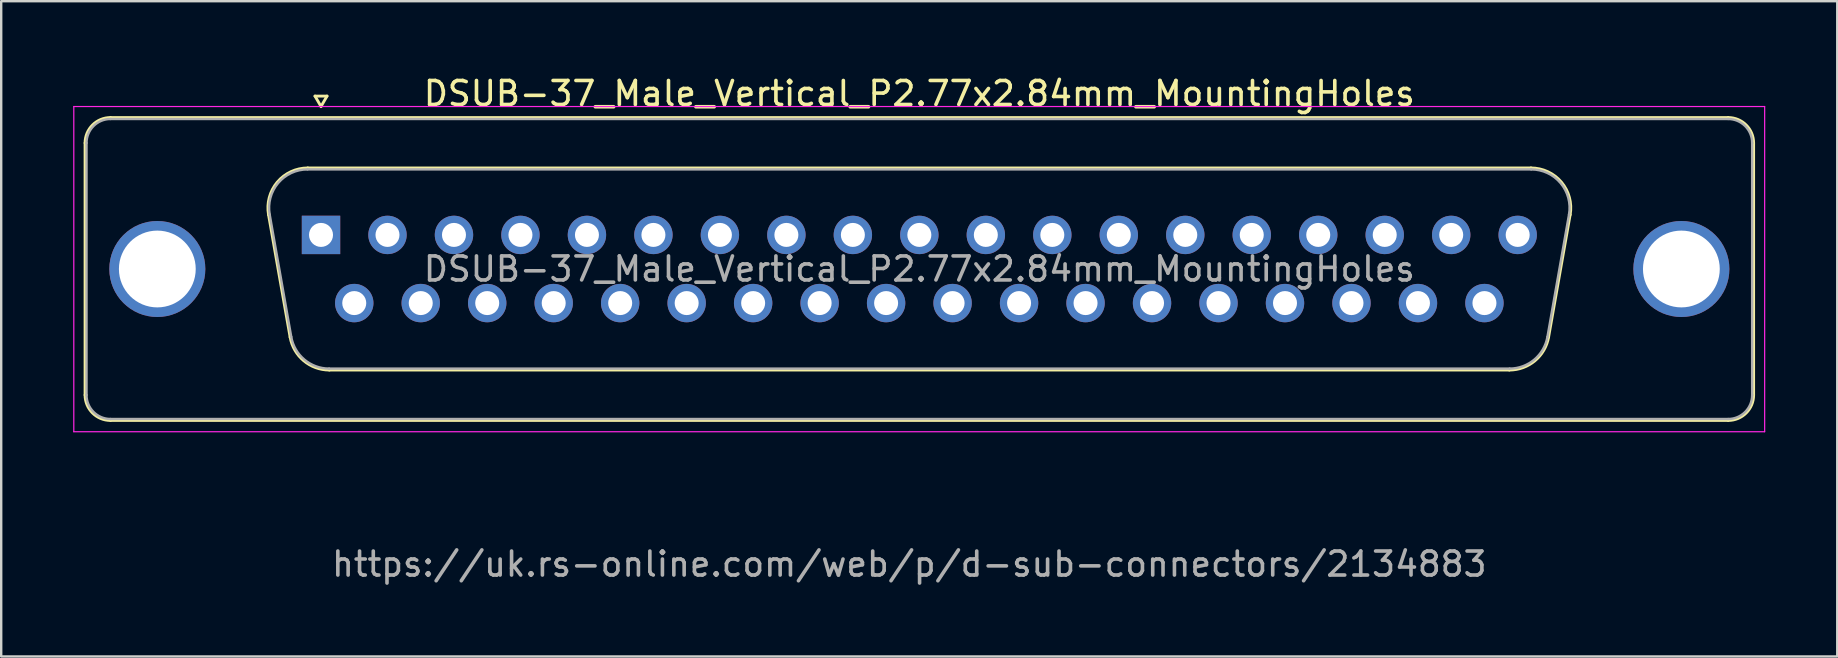
<source format=kicad_pcb>
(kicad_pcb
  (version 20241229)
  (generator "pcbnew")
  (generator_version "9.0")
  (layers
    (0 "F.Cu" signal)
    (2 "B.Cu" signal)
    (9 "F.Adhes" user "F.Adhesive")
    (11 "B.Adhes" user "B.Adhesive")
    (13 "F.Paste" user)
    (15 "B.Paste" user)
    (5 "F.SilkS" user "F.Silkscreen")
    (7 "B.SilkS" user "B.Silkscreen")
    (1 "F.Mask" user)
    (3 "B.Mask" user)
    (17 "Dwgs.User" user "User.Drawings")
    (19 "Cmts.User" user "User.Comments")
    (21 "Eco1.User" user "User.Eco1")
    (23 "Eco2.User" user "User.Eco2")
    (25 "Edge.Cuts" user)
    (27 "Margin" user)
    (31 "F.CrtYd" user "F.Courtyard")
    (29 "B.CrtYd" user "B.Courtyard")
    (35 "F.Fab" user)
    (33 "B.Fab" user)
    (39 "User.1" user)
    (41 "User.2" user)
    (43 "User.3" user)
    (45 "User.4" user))
  (footprint "DSUB-37_Male_Vertical_P2.77x2.84mm_MountingHoles"
    (layer "F.Cu")
    (at 10.325 6.738)
    (property "Reference" "DSUB-37_Male_Vertical_P2.77x2.84mm_MountingHoles" (at 24.93 -5.89 0) (layer "F.SilkS") (effects (font (size 1 1) (thickness 0.15))))
    (attr through_hole)
    (fp_line (start -9.83 6.67) (end -9.83 -3.83) (stroke (width 0.12) (type solid)) (layer "F.SilkS"))
    (fp_line (start -8.77 -4.89) (end 58.63 -4.89) (stroke (width 0.12) (type solid)) (layer "F.SilkS"))
    (fp_line (start -2.186 -0.842) (end -1.287 4.258) (stroke (width 0.12) (type solid)) (layer "F.SilkS"))
    (fp_line (start -0.552 -2.79) (end 50.412 -2.79) (stroke (width 0.12) (type solid)) (layer "F.SilkS"))
    (fp_line (start -0.25 -5.784) (end 0.25 -5.784) (stroke (width 0.12) (type solid)) (layer "F.SilkS"))
    (fp_line (start 0 -5.351) (end -0.25 -5.784) (stroke (width 0.12) (type solid)) (layer "F.SilkS"))
    (fp_line (start 0.25 -5.784) (end 0 -5.351) (stroke (width 0.12) (type solid)) (layer "F.SilkS"))
    (fp_line (start 0.348 5.63) (end 49.512 5.63) (stroke (width 0.12) (type solid)) (layer "F.SilkS"))
    (fp_line (start 52.046 -0.842) (end 51.147 4.258) (stroke (width 0.12) (type solid)) (layer "F.SilkS"))
    (fp_line (start 58.63 7.73) (end -8.77 7.73) (stroke (width 0.12) (type solid)) (layer "F.SilkS"))
    (fp_line (start 59.69 -3.83) (end 59.69 6.67) (stroke (width 0.12) (type solid)) (layer "F.SilkS"))
    (fp_arc (start -9.83 -3.83) (mid -9.519533 -4.579533) (end -8.77 -4.89) (stroke (width 0.12) (type solid)) (layer "F.SilkS"))
    (fp_arc (start -8.77 7.73) (mid -9.519533 7.419533) (end -9.83 6.67) (stroke (width 0.12) (type solid)) (layer "F.SilkS"))
    (fp_arc (start -2.18647 -0.841744) (mid -1.823323 -2.197028) (end -0.551689 -2.79) (stroke (width 0.12) (type solid)) (layer "F.SilkS"))
    (fp_arc (start 0.347579 5.63) (mid -0.719449 5.241634) (end -1.287202 4.258256) (stroke (width 0.12) (type solid)) (layer "F.SilkS"))
    (fp_arc (start 50.411689 -2.79) (mid 51.683323 -2.197027) (end 52.04647 -0.841744) (stroke (width 0.12) (type solid)) (layer "F.SilkS"))
    (fp_arc (start 51.147202 4.258256) (mid 50.579449 5.241634) (end 49.512421 5.63) (stroke (width 0.12) (type solid)) (layer "F.SilkS"))
    (fp_arc (start 58.63 -4.89) (mid 59.379533 -4.579533) (end 59.69 -3.83) (stroke (width 0.12) (type solid)) (layer "F.SilkS"))
    (fp_arc (start 59.69 6.67) (mid 59.379533 7.419533) (end 58.63 7.73) (stroke (width 0.12) (type solid)) (layer "F.SilkS"))
    (fp_line (start -10.3 -5.35) (end -10.3 8.2) (stroke (width 0.05) (type solid)) (layer "F.CrtYd"))
    (fp_line (start -10.3 8.2) (end 60.15 8.2) (stroke (width 0.05) (type solid)) (layer "F.CrtYd"))
    (fp_line (start 60.15 -5.35) (end -10.3 -5.35) (stroke (width 0.05) (type solid)) (layer "F.CrtYd"))
    (fp_line (start 60.15 8.2) (end 60.15 -5.35) (stroke (width 0.05) (type solid)) (layer "F.CrtYd"))
    (fp_line (start -9.77 6.67) (end -9.77 -3.83) (stroke (width 0.1) (type solid)) (layer "F.Fab"))
    (fp_line (start -8.77 -4.83) (end 58.63 -4.83) (stroke (width 0.1) (type solid)) (layer "F.Fab"))
    (fp_line (start -2.139 -0.852) (end -1.24 4.248) (stroke (width 0.1) (type solid)) (layer "F.Fab"))
    (fp_line (start -0.563 -2.73) (end 50.423 -2.73) (stroke (width 0.1) (type solid)) (layer "F.Fab"))
    (fp_line (start 0.336 5.57) (end 49.524 5.57) (stroke (width 0.1) (type solid)) (layer "F.Fab"))
    (fp_line (start 51.999 -0.852) (end 51.1 4.248) (stroke (width 0.1) (type solid)) (layer "F.Fab"))
    (fp_line (start 58.63 7.67) (end -8.77 7.67) (stroke (width 0.1) (type solid)) (layer "F.Fab"))
    (fp_line (start 59.63 -3.83) (end 59.63 6.67) (stroke (width 0.1) (type solid)) (layer "F.Fab"))
    (fp_arc (start -9.77 -3.83) (mid -9.477107 -4.537107) (end -8.77 -4.83) (stroke (width 0.1) (type solid)) (layer "F.Fab"))
    (fp_arc (start -8.77 7.67) (mid -9.477107 7.377107) (end -9.77 6.67) (stroke (width 0.1) (type solid)) (layer "F.Fab"))
    (fp_arc (start -2.138886 -0.852163) (mid -1.788865 -2.15846) (end -0.563194 -2.73) (stroke (width 0.1) (type solid)) (layer "F.Fab"))
    (fp_arc (start 0.336073 5.57) (mid -0.692387 5.195671) (end -1.239619 4.247837) (stroke (width 0.1) (type solid)) (layer "F.Fab"))
    (fp_arc (start 50.423194 -2.73) (mid 51.648865 -2.15846) (end 51.998886 -0.852163) (stroke (width 0.1) (type solid)) (layer "F.Fab"))
    (fp_arc (start 51.099619 4.247837) (mid 50.552387 5.195671) (end 49.523927 5.57) (stroke (width 0.1) (type solid)) (layer "F.Fab"))
    (fp_arc (start 58.63 -4.83) (mid 59.337107 -4.537107) (end 59.63 -3.83) (stroke (width 0.1) (type solid)) (layer "F.Fab"))
    (fp_arc (start 59.63 6.67) (mid 59.337107 7.377107) (end 58.63 7.67) (stroke (width 0.1) (type solid)) (layer "F.Fab"))
    (fp_text user "https://uk.rs-online.com/web/p/d-sub-connectors/2134883" (at 24.511 13.716 0) (layer "F.Fab") (effects (font (size 1 1) (thickness 0.15))))
    (fp_text user "${REFERENCE}" (at 24.93 1.42 0) (layer "F.Fab") (effects (font (size 1 1) (thickness 0.15))))
    (pad "0" thru_hole circle (at -6.82 1.42) (size 4 4) (drill 3.2) (layers "*.Cu" "*.Mask"))
    (pad "0" thru_hole circle (at 56.68 1.42) (size 4 4) (drill 3.2) (layers "*.Cu" "*.Mask"))
    (pad "1" thru_hole rect (at 0 0) (size 1.6 1.6) (drill 1) (layers "*.Cu" "*.Mask"))
    (pad "2" thru_hole circle (at 2.77 0) (size 1.6 1.6) (drill 1) (layers "*.Cu" "*.Mask"))
    (pad "3" thru_hole circle (at 5.54 0) (size 1.6 1.6) (drill 1) (layers "*.Cu" "*.Mask"))
    (pad "4" thru_hole circle (at 8.31 0) (size 1.6 1.6) (drill 1) (layers "*.Cu" "*.Mask"))
    (pad "5" thru_hole circle (at 11.08 0) (size 1.6 1.6) (drill 1) (layers "*.Cu" "*.Mask"))
    (pad "6" thru_hole circle (at 13.85 0) (size 1.6 1.6) (drill 1) (layers "*.Cu" "*.Mask"))
    (pad "7" thru_hole circle (at 16.62 0) (size 1.6 1.6) (drill 1) (layers "*.Cu" "*.Mask"))
    (pad "8" thru_hole circle (at 19.39 0) (size 1.6 1.6) (drill 1) (layers "*.Cu" "*.Mask"))
    (pad "9" thru_hole circle (at 22.16 0) (size 1.6 1.6) (drill 1) (layers "*.Cu" "*.Mask"))
    (pad "10" thru_hole circle (at 24.93 0) (size 1.6 1.6) (drill 1) (layers "*.Cu" "*.Mask"))
    (pad "11" thru_hole circle (at 27.7 0) (size 1.6 1.6) (drill 1) (layers "*.Cu" "*.Mask"))
    (pad "12" thru_hole circle (at 30.47 0) (size 1.6 1.6) (drill 1) (layers "*.Cu" "*.Mask"))
    (pad "13" thru_hole circle (at 33.24 0) (size 1.6 1.6) (drill 1) (layers "*.Cu" "*.Mask"))
    (pad "14" thru_hole circle (at 36.01 0) (size 1.6 1.6) (drill 1) (layers "*.Cu" "*.Mask"))
    (pad "15" thru_hole circle (at 38.78 0) (size 1.6 1.6) (drill 1) (layers "*.Cu" "*.Mask"))
    (pad "16" thru_hole circle (at 41.55 0) (size 1.6 1.6) (drill 1) (layers "*.Cu" "*.Mask"))
    (pad "17" thru_hole circle (at 44.32 0) (size 1.6 1.6) (drill 1) (layers "*.Cu" "*.Mask"))
    (pad "18" thru_hole circle (at 47.09 0) (size 1.6 1.6) (drill 1) (layers "*.Cu" "*.Mask"))
    (pad "19" thru_hole circle (at 49.86 0) (size 1.6 1.6) (drill 1) (layers "*.Cu" "*.Mask"))
    (pad "20" thru_hole circle (at 1.385 2.84) (size 1.6 1.6) (drill 1) (layers "*.Cu" "*.Mask"))
    (pad "21" thru_hole circle (at 4.155 2.84) (size 1.6 1.6) (drill 1) (layers "*.Cu" "*.Mask"))
    (pad "22" thru_hole circle (at 6.925 2.84) (size 1.6 1.6) (drill 1) (layers "*.Cu" "*.Mask"))
    (pad "23" thru_hole circle (at 9.695 2.84) (size 1.6 1.6) (drill 1) (layers "*.Cu" "*.Mask"))
    (pad "24" thru_hole circle (at 12.465 2.84) (size 1.6 1.6) (drill 1) (layers "*.Cu" "*.Mask"))
    (pad "25" thru_hole circle (at 15.235 2.84) (size 1.6 1.6) (drill 1) (layers "*.Cu" "*.Mask"))
    (pad "26" thru_hole circle (at 18.005 2.84) (size 1.6 1.6) (drill 1) (layers "*.Cu" "*.Mask"))
    (pad "27" thru_hole circle (at 20.775 2.84) (size 1.6 1.6) (drill 1) (layers "*.Cu" "*.Mask"))
    (pad "28" thru_hole circle (at 23.545 2.84) (size 1.6 1.6) (drill 1) (layers "*.Cu" "*.Mask"))
    (pad "29" thru_hole circle (at 26.315 2.84) (size 1.6 1.6) (drill 1) (layers "*.Cu" "*.Mask"))
    (pad "30" thru_hole circle (at 29.085 2.84) (size 1.6 1.6) (drill 1) (layers "*.Cu" "*.Mask"))
    (pad "31" thru_hole circle (at 31.855 2.84) (size 1.6 1.6) (drill 1) (layers "*.Cu" "*.Mask"))
    (pad "32" thru_hole circle (at 34.625 2.84) (size 1.6 1.6) (drill 1) (layers "*.Cu" "*.Mask"))
    (pad "33" thru_hole circle (at 37.395 2.84) (size 1.6 1.6) (drill 1) (layers "*.Cu" "*.Mask"))
    (pad "34" thru_hole circle (at 40.165 2.84) (size 1.6 1.6) (drill 1) (layers "*.Cu" "*.Mask"))
    (pad "35" thru_hole circle (at 42.935 2.84) (size 1.6 1.6) (drill 1) (layers "*.Cu" "*.Mask"))
    (pad "36" thru_hole circle (at 45.705 2.84) (size 1.6 1.6) (drill 1) (layers "*.Cu" "*.Mask"))
    (pad "37" thru_hole circle (at 48.475 2.84) (size 1.6 1.6) (drill 1) (layers "*.Cu" "*.Mask")))
  (gr_rect
    (start -3 -3)
    (end 73.5 24.302)
    (stroke (width 0.1) (type default))
    (fill no)
    (layer "Edge.Cuts")))
</source>
